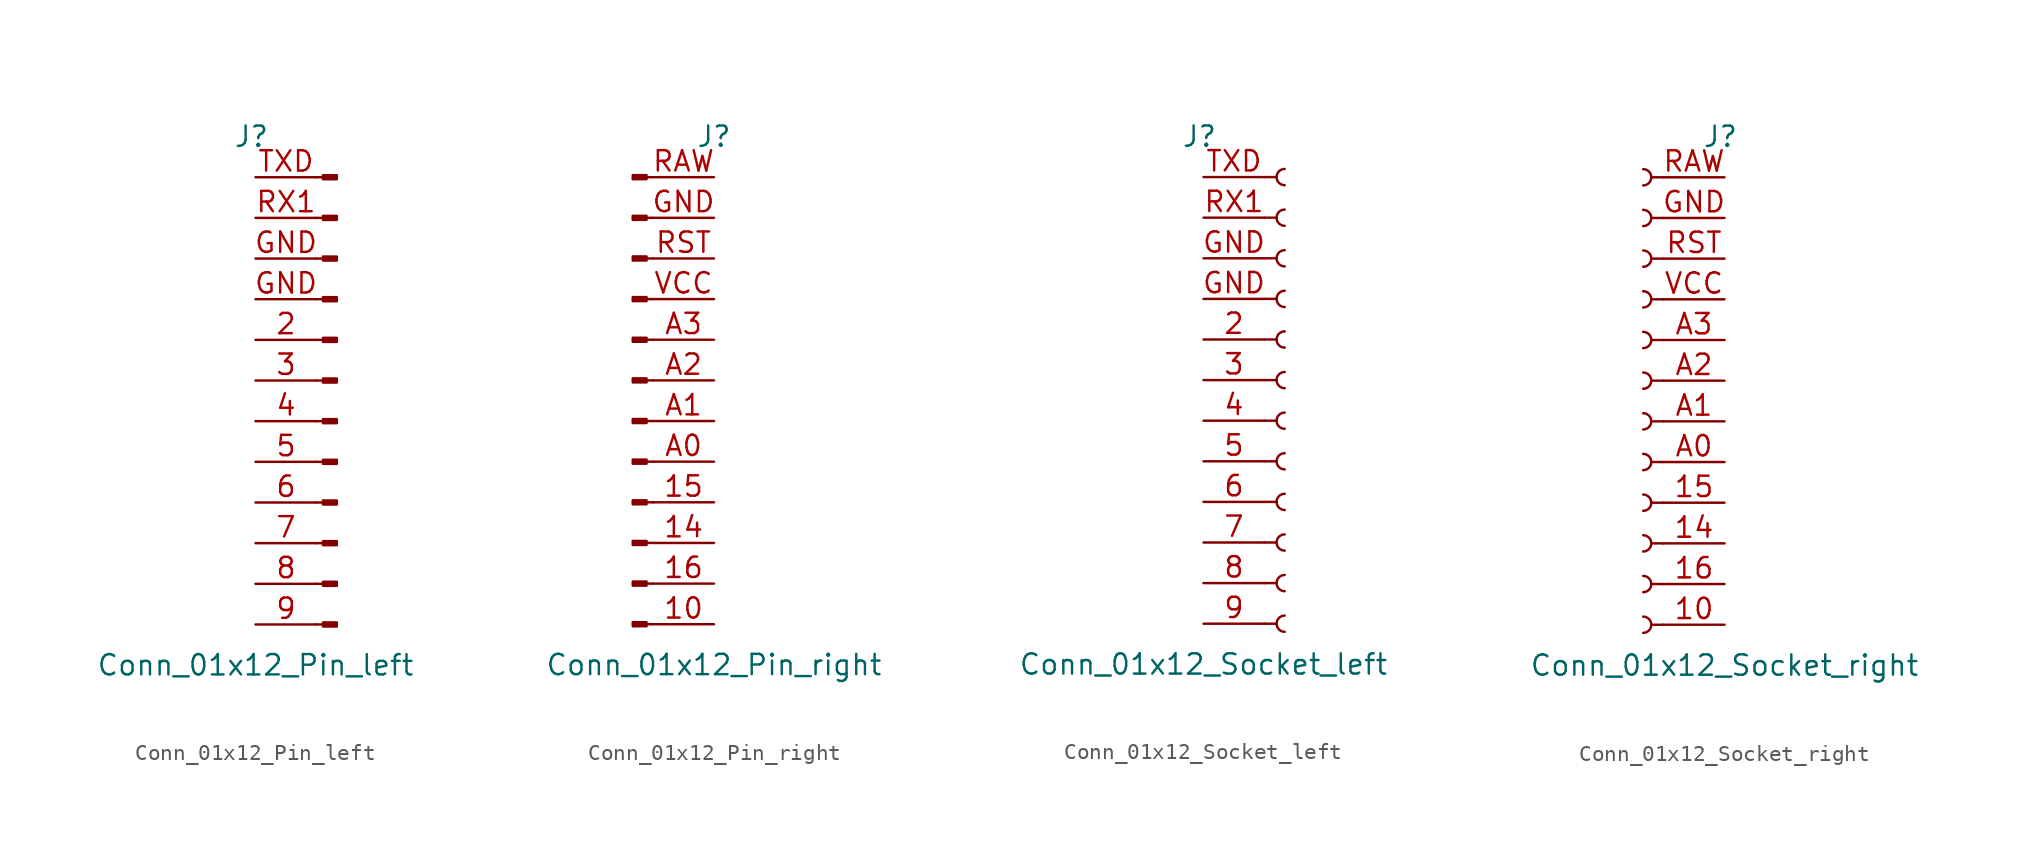
<source format=kicad_sym>
(kicad_symbol_lib
  (version 20231120)
  (generator "kicad_symbol_editor")
  (generator_version "8.0")
  (symbol "Conn_01x12_Pin_left"
    (pin_names
      (offset 1.016) hide)
    (property "Reference" "J"
      (at -0.254 15.24 0)
      (effects (font (size 1.27 1.27))))
    (property "Value" "Conn_01x12_Pin_left"
      (at 0 -17.78 0)
      (effects (font (size 1.27 1.27))))
    (property "ki_locked" ""
      (at 0 0 0)
      (effects (font (size 1.27 1.27))))
    (symbol "Conn_01x12_Pin_left_1_1"
      (polyline (pts (xy 3.81 -15.24) (xy 4.216 -15.24)) (stroke (width 0.152) (type default)) (fill (type none)))
      (polyline (pts (xy 3.81 -12.7) (xy 4.216 -12.7)) (stroke (width 0.152) (type default)) (fill (type none)))
      (polyline (pts (xy 3.81 -10.16) (xy 4.216 -10.16)) (stroke (width 0.152) (type default)) (fill (type none)))
      (polyline (pts (xy 3.81 -7.62) (xy 4.216 -7.62)) (stroke (width 0.152) (type default)) (fill (type none)))
      (polyline (pts (xy 3.81 -5.08) (xy 4.216 -5.08)) (stroke (width 0.152) (type default)) (fill (type none)))
      (polyline (pts (xy 3.81 -2.54) (xy 4.216 -2.54)) (stroke (width 0.152) (type default)) (fill (type none)))
      (polyline (pts (xy 3.81 0) (xy 4.216 0)) (stroke (width 0.152) (type default)) (fill (type none)))
      (polyline (pts (xy 3.81 2.54) (xy 4.216 2.54)) (stroke (width 0.152) (type default)) (fill (type none)))
      (polyline (pts (xy 3.81 5.08) (xy 4.216 5.08)) (stroke (width 0.152) (type default)) (fill (type none)))
      (polyline (pts (xy 3.81 7.62) (xy 4.216 7.62)) (stroke (width 0.152) (type default)) (fill (type none)))
      (polyline (pts (xy 3.81 10.16) (xy 4.216 10.16)) (stroke (width 0.152) (type default)) (fill (type none)))
      (polyline (pts (xy 3.81 12.7) (xy 4.216 12.7)) (stroke (width 0.152) (type default)) (fill (type none)))
      (rectangle (start 4.216 -15.113) (end 5.08 -15.367) (stroke (width 0.152) (type default)) (fill (type outline)))
      (rectangle (start 4.216 -12.573) (end 5.08 -12.827) (stroke (width 0.152) (type default)) (fill (type outline)))
      (rectangle (start 4.216 -10.033) (end 5.08 -10.287) (stroke (width 0.152) (type default)) (fill (type outline)))
      (rectangle (start 4.216 -7.493) (end 5.08 -7.747) (stroke (width 0.152) (type default)) (fill (type outline)))
      (rectangle (start 4.216 -4.953) (end 5.08 -5.207) (stroke (width 0.152) (type default)) (fill (type outline)))
      (rectangle (start 4.216 -2.413) (end 5.08 -2.667) (stroke (width 0.152) (type default)) (fill (type outline)))
      (rectangle (start 4.216 0.127) (end 5.08 -0.127) (stroke (width 0.152) (type default)) (fill (type outline)))
      (rectangle (start 4.216 2.667) (end 5.08 2.413) (stroke (width 0.152) (type default)) (fill (type outline)))
      (rectangle (start 4.216 5.207) (end 5.08 4.953) (stroke (width 0.152) (type default)) (fill (type outline)))
      (rectangle (start 4.216 7.747) (end 5.08 7.493) (stroke (width 0.152) (type default)) (fill (type outline)))
      (rectangle (start 4.216 10.287) (end 5.08 10.033) (stroke (width 0.152) (type default)) (fill (type outline)))
      (rectangle (start 4.216 12.827) (end 5.08 12.573) (stroke (width 0.152) (type default)) (fill (type outline)))
      (pin passive line (at 0 2.54 0) (length 3.81) (name "5" (effects (font (size 1.27 1.27)))) (number "2" (effects (font (size 1.27 1.27)))))
      (pin passive line (at 0 0 0) (length 3.81) (name "6" (effects (font (size 1.27 1.27)))) (number "3" (effects (font (size 1.27 1.27)))))
      (pin passive line (at 0 -2.54 0) (length 3.81) (name "7" (effects (font (size 1.27 1.27)))) (number "4" (effects (font (size 1.27 1.27)))))
      (pin passive line (at 0 -5.08 0) (length 3.81) (name "8" (effects (font (size 1.27 1.27)))) (number "5" (effects (font (size 1.27 1.27)))))
      (pin passive line (at 0 -7.62 0) (length 3.81) (name "9" (effects (font (size 1.27 1.27)))) (number "6" (effects (font (size 1.27 1.27)))))
      (pin passive line (at 0 -10.16 0) (length 3.81) (name "10" (effects (font (size 1.27 1.27)))) (number "7" (effects (font (size 1.27 1.27)))))
      (pin passive line (at 0 -12.7 0) (length 3.81) (name "11" (effects (font (size 1.27 1.27)))) (number "8" (effects (font (size 1.27 1.27)))))
      (pin passive line (at 0 -15.24 0) (length 3.81) (name "12" (effects (font (size 1.27 1.27)))) (number "9" (effects (font (size 1.27 1.27)))))
      (pin passive line (at 0 7.62 0) (length 3.81) (name "3" (effects (font (size 1.27 1.27)))) (number "GND" (effects (font (size 1.27 1.27)))))
      (pin passive line (at 0 5.08 0) (length 3.81) (name "4" (effects (font (size 1.27 1.27)))) (number "GND" (effects (font (size 1.27 1.27)))))
      (pin passive line (at 0 10.16 0) (length 3.81) (name "2" (effects (font (size 1.27 1.27)))) (number "RX1" (effects (font (size 1.27 1.27)))))
      (pin passive line (at 0 12.7 0) (length 3.81) (name "1" (effects (font (size 1.27 1.27)))) (number "TXD" (effects (font (size 1.27 1.27)))))))
  (symbol "Conn_01x12_Pin_right"
    (pin_names
      (offset 1.016) hide)
    (property "Reference" "J"
      (at 0 15.24 0)
      (effects (font (size 1.27 1.27))))
    (property "Value" "Conn_01x12_Pin_right"
      (at 0 -17.78 0)
      (effects (font (size 1.27 1.27))))
    (property "ki_locked" ""
      (at 0 0 0)
      (effects (font (size 1.27 1.27))))
    (symbol "Conn_01x12_Pin_right_1_1"
      (rectangle (start -4.216 -15.113) (end -5.08 -15.367) (stroke (width 0.152) (type default)) (fill (type outline)))
      (rectangle (start -4.216 -12.573) (end -5.08 -12.827) (stroke (width 0.152) (type default)) (fill (type outline)))
      (rectangle (start -4.216 -10.033) (end -5.08 -10.287) (stroke (width 0.152) (type default)) (fill (type outline)))
      (rectangle (start -4.216 -7.493) (end -5.08 -7.747) (stroke (width 0.152) (type default)) (fill (type outline)))
      (rectangle (start -4.216 -4.953) (end -5.08 -5.207) (stroke (width 0.152) (type default)) (fill (type outline)))
      (rectangle (start -4.216 -2.413) (end -5.08 -2.667) (stroke (width 0.152) (type default)) (fill (type outline)))
      (rectangle (start -4.216 0.127) (end -5.08 -0.127) (stroke (width 0.152) (type default)) (fill (type outline)))
      (rectangle (start -4.216 2.667) (end -5.08 2.413) (stroke (width 0.152) (type default)) (fill (type outline)))
      (rectangle (start -4.216 5.207) (end -5.08 4.953) (stroke (width 0.152) (type default)) (fill (type outline)))
      (rectangle (start -4.216 7.747) (end -5.08 7.493) (stroke (width 0.152) (type default)) (fill (type outline)))
      (rectangle (start -4.216 10.287) (end -5.08 10.033) (stroke (width 0.152) (type default)) (fill (type outline)))
      (rectangle (start -4.216 12.827) (end -5.08 12.573) (stroke (width 0.152) (type default)) (fill (type outline)))
      (polyline (pts (xy -3.81 -15.24) (xy -4.216 -15.24)) (stroke (width 0.152) (type default)) (fill (type none)))
      (polyline (pts (xy -3.81 -12.7) (xy -4.216 -12.7)) (stroke (width 0.152) (type default)) (fill (type none)))
      (polyline (pts (xy -3.81 -10.16) (xy -4.216 -10.16)) (stroke (width 0.152) (type default)) (fill (type none)))
      (polyline (pts (xy -3.81 -7.62) (xy -4.216 -7.62)) (stroke (width 0.152) (type default)) (fill (type none)))
      (polyline (pts (xy -3.81 -5.08) (xy -4.216 -5.08)) (stroke (width 0.152) (type default)) (fill (type none)))
      (polyline (pts (xy -3.81 -2.54) (xy -4.216 -2.54)) (stroke (width 0.152) (type default)) (fill (type none)))
      (polyline (pts (xy -3.81 0) (xy -4.216 0)) (stroke (width 0.152) (type default)) (fill (type none)))
      (polyline (pts (xy -3.81 2.54) (xy -4.216 2.54)) (stroke (width 0.152) (type default)) (fill (type none)))
      (polyline (pts (xy -3.81 5.08) (xy -4.216 5.08)) (stroke (width 0.152) (type default)) (fill (type none)))
      (polyline (pts (xy -3.81 7.62) (xy -4.216 7.62)) (stroke (width 0.152) (type default)) (fill (type none)))
      (polyline (pts (xy -3.81 10.16) (xy -4.216 10.16)) (stroke (width 0.152) (type default)) (fill (type none)))
      (polyline (pts (xy -3.81 12.7) (xy -4.216 12.7)) (stroke (width 0.152) (type default)) (fill (type none)))
      (pin passive line (at 0 -15.24 180) (length 3.81) (name "12" (effects (font (size 1.27 1.27)))) (number "10" (effects (font (size 1.27 1.27)))))
      (pin passive line (at 0 -10.16 180) (length 3.81) (name "10" (effects (font (size 1.27 1.27)))) (number "14" (effects (font (size 1.27 1.27)))))
      (pin passive line (at 0 -7.62 180) (length 3.81) (name "9" (effects (font (size 1.27 1.27)))) (number "15" (effects (font (size 1.27 1.27)))))
      (pin passive line (at 0 -12.7 180) (length 3.81) (name "11" (effects (font (size 1.27 1.27)))) (number "16" (effects (font (size 1.27 1.27)))))
      (pin passive line (at 0 -5.08 180) (length 3.81) (name "8" (effects (font (size 1.27 1.27)))) (number "A0" (effects (font (size 1.27 1.27)))))
      (pin passive line (at 0 -2.54 180) (length 3.81) (name "7" (effects (font (size 1.27 1.27)))) (number "A1" (effects (font (size 1.27 1.27)))))
      (pin passive line (at 0 0 180) (length 3.81) (name "6" (effects (font (size 1.27 1.27)))) (number "A2" (effects (font (size 1.27 1.27)))))
      (pin passive line (at 0 2.54 180) (length 3.81) (name "5" (effects (font (size 1.27 1.27)))) (number "A3" (effects (font (size 1.27 1.27)))))
      (pin passive line (at 0 10.16 180) (length 3.81) (name "2" (effects (font (size 1.27 1.27)))) (number "GND" (effects (font (size 1.27 1.27)))))
      (pin passive line (at 0 12.7 180) (length 3.81) (name "1" (effects (font (size 1.27 1.27)))) (number "RAW" (effects (font (size 1.27 1.27)))))
      (pin passive line (at 0 7.62 180) (length 3.81) (name "3" (effects (font (size 1.27 1.27)))) (number "RST" (effects (font (size 1.27 1.27)))))
      (pin passive line (at 0 5.08 180) (length 3.81) (name "4" (effects (font (size 1.27 1.27)))) (number "VCC" (effects (font (size 1.27 1.27)))))))
  (symbol "Conn_01x12_Socket_left"
    (pin_names
      (offset 1.016) hide)
    (property "Reference" "J"
      (at -0.254 15.24 0)
      (effects (font (size 1.27 1.27))))
    (property "Value" "Conn_01x12_Socket_left"
      (at 0 -17.78 0)
      (effects (font (size 1.27 1.27))))
    (property "ki_locked" ""
      (at 0 0 0)
      (effects (font (size 1.27 1.27))))
    (symbol "Conn_01x12_Socket_left_1_1"
      (polyline (pts (xy 3.81 -15.24) (xy 4.572 -15.24)) (stroke (width 0.152) (type default)) (fill (type none)))
      (polyline (pts (xy 3.81 -12.7) (xy 4.572 -12.7)) (stroke (width 0.152) (type default)) (fill (type none)))
      (polyline (pts (xy 3.81 -10.16) (xy 4.572 -10.16)) (stroke (width 0.152) (type default)) (fill (type none)))
      (polyline (pts (xy 3.81 -7.62) (xy 4.572 -7.62)) (stroke (width 0.152) (type default)) (fill (type none)))
      (polyline (pts (xy 3.81 -5.08) (xy 4.572 -5.08)) (stroke (width 0.152) (type default)) (fill (type none)))
      (polyline (pts (xy 3.81 -2.54) (xy 4.572 -2.54)) (stroke (width 0.152) (type default)) (fill (type none)))
      (polyline (pts (xy 3.81 0) (xy 4.572 0)) (stroke (width 0.152) (type default)) (fill (type none)))
      (polyline (pts (xy 3.81 2.54) (xy 4.572 2.54)) (stroke (width 0.152) (type default)) (fill (type none)))
      (polyline (pts (xy 3.81 5.08) (xy 4.572 5.08)) (stroke (width 0.152) (type default)) (fill (type none)))
      (polyline (pts (xy 3.81 7.62) (xy 4.572 7.62)) (stroke (width 0.152) (type default)) (fill (type none)))
      (polyline (pts (xy 3.81 10.16) (xy 4.572 10.16)) (stroke (width 0.152) (type default)) (fill (type none)))
      (polyline (pts (xy 3.81 12.7) (xy 4.572 12.7)) (stroke (width 0.152) (type default)) (fill (type none)))
      (arc (start 5.08 -14.732) (mid 4.5742 -15.24) (end 5.08 -15.748) (stroke (width 0.1524) (type default)) (fill (type none)))
      (arc (start 5.08 -12.192) (mid 4.5742 -12.7) (end 5.08 -13.208) (stroke (width 0.1524) (type default)) (fill (type none)))
      (arc (start 5.08 -9.652) (mid 4.5742 -10.16) (end 5.08 -10.668) (stroke (width 0.1524) (type default)) (fill (type none)))
      (arc (start 5.08 -7.112) (mid 4.5742 -7.62) (end 5.08 -8.128) (stroke (width 0.1524) (type default)) (fill (type none)))
      (arc (start 5.08 -4.572) (mid 4.5742 -5.08) (end 5.08 -5.588) (stroke (width 0.1524) (type default)) (fill (type none)))
      (arc (start 5.08 -2.032) (mid 4.5742 -2.54) (end 5.08 -3.048) (stroke (width 0.1524) (type default)) (fill (type none)))
      (arc (start 5.08 0.508) (mid 4.5742 0) (end 5.08 -0.508) (stroke (width 0.1524) (type default)) (fill (type none)))
      (arc (start 5.08 3.048) (mid 4.5742 2.54) (end 5.08 2.032) (stroke (width 0.1524) (type default)) (fill (type none)))
      (arc (start 5.08 5.588) (mid 4.5742 5.08) (end 5.08 4.572) (stroke (width 0.1524) (type default)) (fill (type none)))
      (arc (start 5.08 8.128) (mid 4.5742 7.62) (end 5.08 7.112) (stroke (width 0.1524) (type default)) (fill (type none)))
      (arc (start 5.08 10.668) (mid 4.5742 10.16) (end 5.08 9.652) (stroke (width 0.1524) (type default)) (fill (type none)))
      (arc (start 5.08 13.208) (mid 4.5742 12.7) (end 5.08 12.192) (stroke (width 0.1524) (type default)) (fill (type none)))
      (pin passive line (at 0 2.54 0) (length 3.81) (name "5" (effects (font (size 1.27 1.27)))) (number "2" (effects (font (size 1.27 1.27)))))
      (pin passive line (at 0 0 0) (length 3.81) (name "6" (effects (font (size 1.27 1.27)))) (number "3" (effects (font (size 1.27 1.27)))))
      (pin passive line (at 0 -2.54 0) (length 3.81) (name "7" (effects (font (size 1.27 1.27)))) (number "4" (effects (font (size 1.27 1.27)))))
      (pin passive line (at 0 -5.08 0) (length 3.81) (name "8" (effects (font (size 1.27 1.27)))) (number "5" (effects (font (size 1.27 1.27)))))
      (pin passive line (at 0 -7.62 0) (length 3.81) (name "9" (effects (font (size 1.27 1.27)))) (number "6" (effects (font (size 1.27 1.27)))))
      (pin passive line (at 0 -10.16 0) (length 3.81) (name "10" (effects (font (size 1.27 1.27)))) (number "7" (effects (font (size 1.27 1.27)))))
      (pin passive line (at 0 -12.7 0) (length 3.81) (name "11" (effects (font (size 1.27 1.27)))) (number "8" (effects (font (size 1.27 1.27)))))
      (pin passive line (at 0 -15.24 0) (length 3.81) (name "12" (effects (font (size 1.27 1.27)))) (number "9" (effects (font (size 1.27 1.27)))))
      (pin passive line (at 0 7.62 0) (length 3.81) (name "3" (effects (font (size 1.27 1.27)))) (number "GND" (effects (font (size 1.27 1.27)))))
      (pin passive line (at 0 5.08 0) (length 3.81) (name "4" (effects (font (size 1.27 1.27)))) (number "GND" (effects (font (size 1.27 1.27)))))
      (pin passive line (at 0 10.16 0) (length 3.81) (name "1" (effects (font (size 1.27 1.27)))) (number "RX1" (effects (font (size 1.27 1.27)))))
      (pin passive line (at 0 12.7 0) (length 3.81) (name "1" (effects (font (size 1.27 1.27)))) (number "TXD" (effects (font (size 1.27 1.27)))))))
  (symbol "Conn_01x12_Socket_right"
    (pin_names
      (offset 1.016) hide)
    (property "Reference" "J"
      (at -0.254 15.24 0)
      (effects (font (size 1.27 1.27))))
    (property "Value" "Conn_01x12_Socket_right"
      (at 0 -17.78 0)
      (effects (font (size 1.27 1.27))))
    (property "ki_locked" ""
      (at 0 0 0)
      (effects (font (size 1.27 1.27))))
    (symbol "Conn_01x12_Socket_right_1_1"
      (arc (start -5.08 -15.748) (mid -4.5742 -15.24) (end -5.08 -14.732) (stroke (width 0.1524) (type default)) (fill (type none)))
      (arc (start -5.08 -13.208) (mid -4.5742 -12.7) (end -5.08 -12.192) (stroke (width 0.1524) (type default)) (fill (type none)))
      (arc (start -5.08 -10.668) (mid -4.5742 -10.16) (end -5.08 -9.652) (stroke (width 0.1524) (type default)) (fill (type none)))
      (arc (start -5.08 -8.128) (mid -4.5742 -7.62) (end -5.08 -7.112) (stroke (width 0.1524) (type default)) (fill (type none)))
      (arc (start -5.08 -5.588) (mid -4.5742 -5.08) (end -5.08 -4.572) (stroke (width 0.1524) (type default)) (fill (type none)))
      (arc (start -5.08 -3.048) (mid -4.5742 -2.54) (end -5.08 -2.032) (stroke (width 0.1524) (type default)) (fill (type none)))
      (arc (start -5.08 -0.508) (mid -4.5742 0) (end -5.08 0.508) (stroke (width 0.1524) (type default)) (fill (type none)))
      (arc (start -5.08 2.032) (mid -4.5742 2.54) (end -5.08 3.048) (stroke (width 0.1524) (type default)) (fill (type none)))
      (arc (start -5.08 4.572) (mid -4.5742 5.08) (end -5.08 5.588) (stroke (width 0.1524) (type default)) (fill (type none)))
      (arc (start -5.08 7.112) (mid -4.5742 7.62) (end -5.08 8.128) (stroke (width 0.1524) (type default)) (fill (type none)))
      (arc (start -5.08 9.652) (mid -4.5742 10.16) (end -5.08 10.668) (stroke (width 0.1524) (type default)) (fill (type none)))
      (arc (start -5.08 12.192) (mid -4.5742 12.7) (end -5.08 13.208) (stroke (width 0.1524) (type default)) (fill (type none)))
      (polyline (pts (xy -3.81 -15.24) (xy -4.572 -15.24)) (stroke (width 0.152) (type default)) (fill (type none)))
      (polyline (pts (xy -3.81 -12.7) (xy -4.572 -12.7)) (stroke (width 0.152) (type default)) (fill (type none)))
      (polyline (pts (xy -3.81 -10.16) (xy -4.572 -10.16)) (stroke (width 0.152) (type default)) (fill (type none)))
      (polyline (pts (xy -3.81 -7.62) (xy -4.572 -7.62)) (stroke (width 0.152) (type default)) (fill (type none)))
      (polyline (pts (xy -3.81 -5.08) (xy -4.572 -5.08)) (stroke (width 0.152) (type default)) (fill (type none)))
      (polyline (pts (xy -3.81 -2.54) (xy -4.572 -2.54)) (stroke (width 0.152) (type default)) (fill (type none)))
      (polyline (pts (xy -3.81 0) (xy -4.572 0)) (stroke (width 0.152) (type default)) (fill (type none)))
      (polyline (pts (xy -3.81 2.54) (xy -4.572 2.54)) (stroke (width 0.152) (type default)) (fill (type none)))
      (polyline (pts (xy -3.81 5.08) (xy -4.572 5.08)) (stroke (width 0.152) (type default)) (fill (type none)))
      (polyline (pts (xy -3.81 7.62) (xy -4.572 7.62)) (stroke (width 0.152) (type default)) (fill (type none)))
      (polyline (pts (xy -3.81 10.16) (xy -4.572 10.16)) (stroke (width 0.152) (type default)) (fill (type none)))
      (polyline (pts (xy -3.81 12.7) (xy -4.572 12.7)) (stroke (width 0.152) (type default)) (fill (type none)))
      (pin passive line (at 0 -15.24 180) (length 3.81) (name "12" (effects (font (size 1.27 1.27)))) (number "10" (effects (font (size 1.27 1.27)))))
      (pin passive line (at 0 -10.16 180) (length 3.81) (name "10" (effects (font (size 1.27 1.27)))) (number "14" (effects (font (size 1.27 1.27)))))
      (pin passive line (at 0 -7.62 180) (length 3.81) (name "9" (effects (font (size 1.27 1.27)))) (number "15" (effects (font (size 1.27 1.27)))))
      (pin passive line (at 0 -12.7 180) (length 3.81) (name "11" (effects (font (size 1.27 1.27)))) (number "16" (effects (font (size 1.27 1.27)))))
      (pin passive line (at 0 -5.08 180) (length 3.81) (name "8" (effects (font (size 1.27 1.27)))) (number "A0" (effects (font (size 1.27 1.27)))))
      (pin passive line (at 0 -2.54 180) (length 3.81) (name "7" (effects (font (size 1.27 1.27)))) (number "A1" (effects (font (size 1.27 1.27)))))
      (pin passive line (at 0 0 180) (length 3.81) (name "6" (effects (font (size 1.27 1.27)))) (number "A2" (effects (font (size 1.27 1.27)))))
      (pin passive line (at 0 2.54 180) (length 3.81) (name "5" (effects (font (size 1.27 1.27)))) (number "A3" (effects (font (size 1.27 1.27)))))
      (pin passive line (at 0 10.16 180) (length 3.81) (name "2" (effects (font (size 1.27 1.27)))) (number "GND" (effects (font (size 1.27 1.27)))))
      (pin passive line (at 0 12.7 180) (length 3.81) (name "1" (effects (font (size 1.27 1.27)))) (number "RAW" (effects (font (size 1.27 1.27)))))
      (pin passive line (at 0 7.62 180) (length 3.81) (name "3" (effects (font (size 1.27 1.27)))) (number "RST" (effects (font (size 1.27 1.27)))))
      (pin passive line (at 0 5.08 180) (length 3.81) (name "4" (effects (font (size 1.27 1.27)))) (number "VCC" (effects (font (size 1.27 1.27))))))))
</source>
